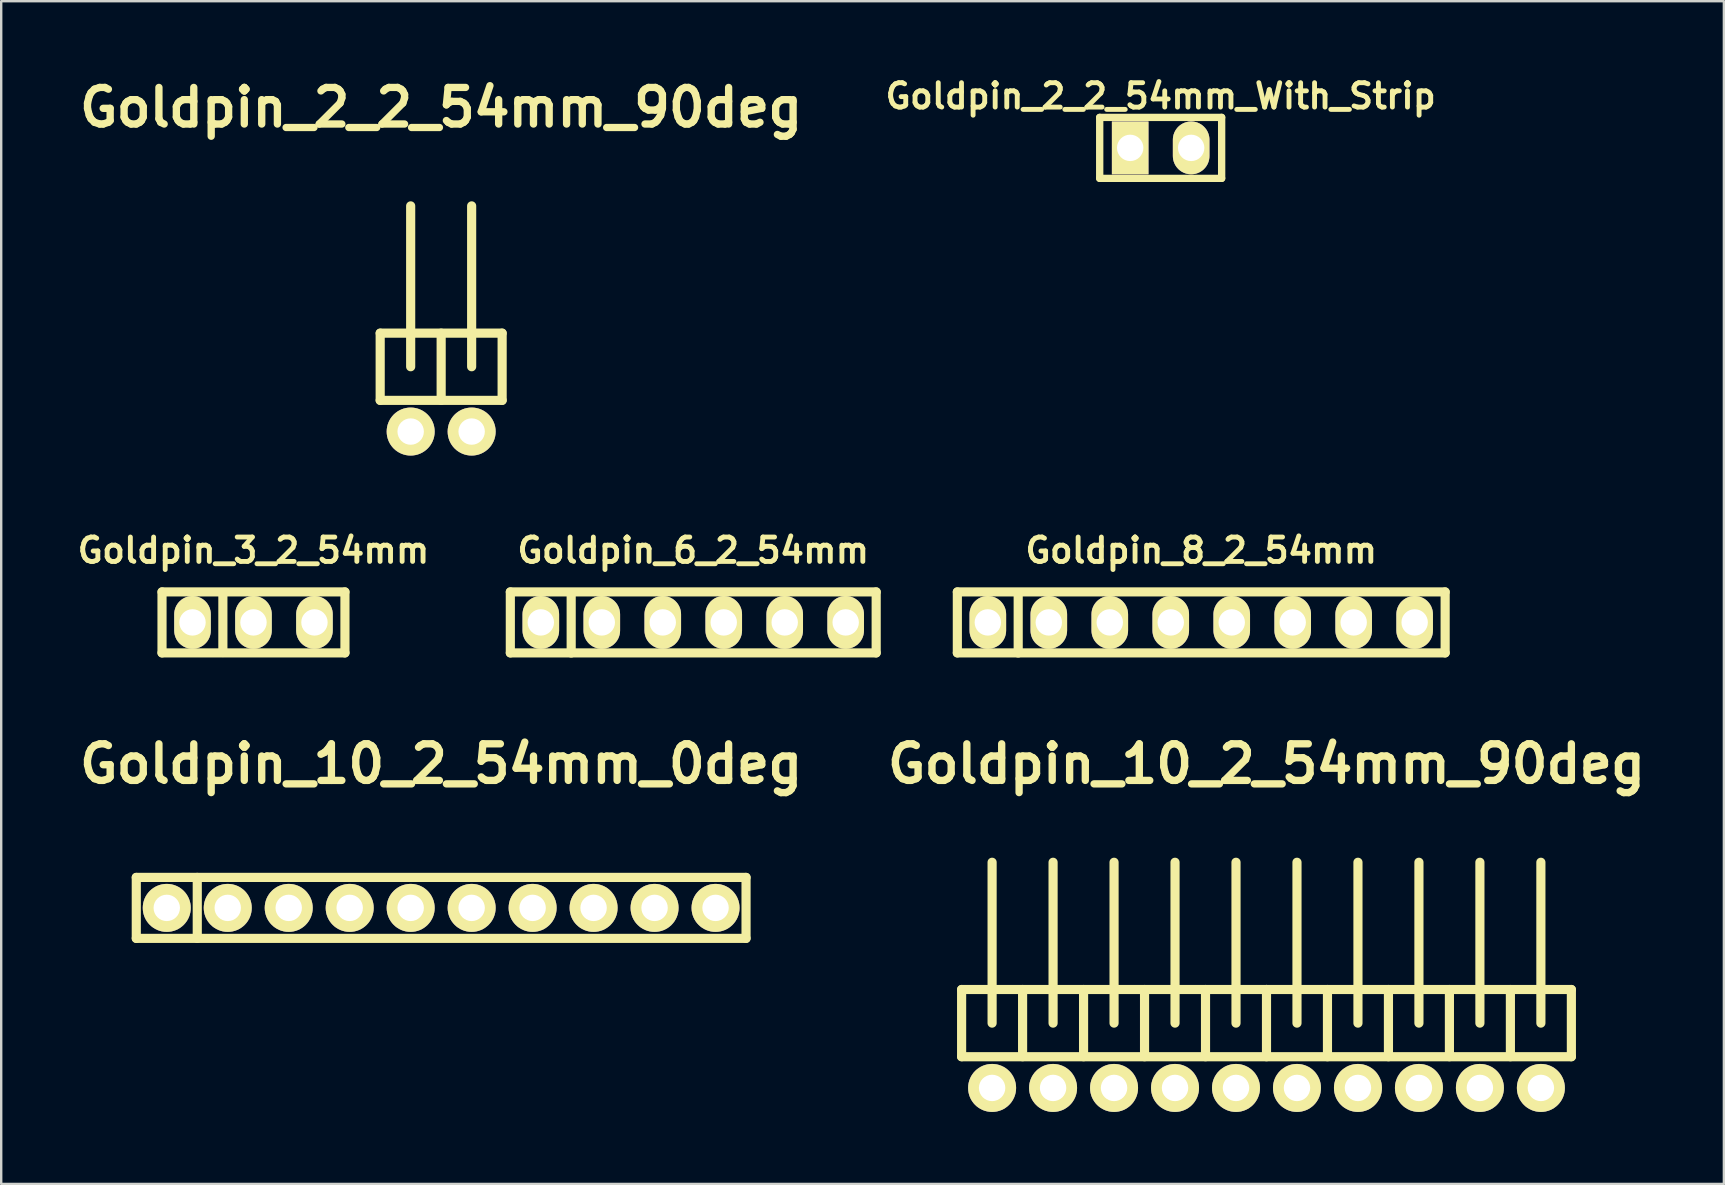
<source format=kicad_pcb>
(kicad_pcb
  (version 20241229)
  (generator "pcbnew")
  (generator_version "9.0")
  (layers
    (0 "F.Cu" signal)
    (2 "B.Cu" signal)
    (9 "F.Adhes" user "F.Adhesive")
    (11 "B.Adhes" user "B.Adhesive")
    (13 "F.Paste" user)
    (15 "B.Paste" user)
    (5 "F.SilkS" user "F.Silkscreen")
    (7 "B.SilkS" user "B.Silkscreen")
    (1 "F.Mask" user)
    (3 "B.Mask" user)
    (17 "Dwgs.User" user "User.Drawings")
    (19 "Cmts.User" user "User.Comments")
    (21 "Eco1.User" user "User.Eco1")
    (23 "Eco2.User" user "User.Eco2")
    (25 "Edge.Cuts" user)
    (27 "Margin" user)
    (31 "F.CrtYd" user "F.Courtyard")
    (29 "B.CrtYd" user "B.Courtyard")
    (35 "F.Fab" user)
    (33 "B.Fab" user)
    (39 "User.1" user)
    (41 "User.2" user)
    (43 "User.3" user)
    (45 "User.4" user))
  (footprint "Goldpin_10_2_54mm_90deg"
    (layer "F.Cu")
    (at 49.707 39.569)
    (property "Reference" "Goldpin_10_2_54mm_90deg" (at 0 -10.8 0) (layer "F.SilkS") (effects (font (size 1.524 1.524) (thickness 0.305))))
    (attr through_hole)
    (fp_line (start -12.7 -1.4) (end -12.7 1.4) (stroke (width 0.381) (type solid)) (layer "F.SilkS"))
    (fp_line (start -12.7 1.4) (end 12.7 1.4) (stroke (width 0.381) (type solid)) (layer "F.SilkS"))
    (fp_line (start -11.43 -6.701) (end -11.43 0) (stroke (width 0.381) (type solid)) (layer "F.SilkS"))
    (fp_line (start -10.16 -1.4) (end -10.16 1.4) (stroke (width 0.381) (type solid)) (layer "F.SilkS"))
    (fp_line (start -8.89 -6.701) (end -8.89 0) (stroke (width 0.381) (type solid)) (layer "F.SilkS"))
    (fp_line (start -7.62 -1.4) (end -7.62 1.4) (stroke (width 0.381) (type solid)) (layer "F.SilkS"))
    (fp_line (start -6.35 -6.701) (end -6.35 0) (stroke (width 0.381) (type solid)) (layer "F.SilkS"))
    (fp_line (start -5.08 -1.4) (end -5.08 1.4) (stroke (width 0.381) (type solid)) (layer "F.SilkS"))
    (fp_line (start -3.81 -6.701) (end -3.81 0) (stroke (width 0.381) (type solid)) (layer "F.SilkS"))
    (fp_line (start -2.54 -1.4) (end -2.54 1.4) (stroke (width 0.381) (type solid)) (layer "F.SilkS"))
    (fp_line (start -1.27 -6.701) (end -1.27 0) (stroke (width 0.381) (type solid)) (layer "F.SilkS"))
    (fp_line (start 0 -1.4) (end -12.7 -1.4) (stroke (width 0.381) (type solid)) (layer "F.SilkS"))
    (fp_line (start 0 -1.4) (end 0 1.4) (stroke (width 0.381) (type solid)) (layer "F.SilkS"))
    (fp_line (start 1.27 -6.701) (end 1.27 0) (stroke (width 0.381) (type solid)) (layer "F.SilkS"))
    (fp_line (start 2.54 -1.4) (end 2.54 1.4) (stroke (width 0.381) (type solid)) (layer "F.SilkS"))
    (fp_line (start 3.81 -6.701) (end 3.81 0) (stroke (width 0.381) (type solid)) (layer "F.SilkS"))
    (fp_line (start 5.08 -1.4) (end 5.08 1.4) (stroke (width 0.381) (type solid)) (layer "F.SilkS"))
    (fp_line (start 6.35 -6.701) (end 6.35 0) (stroke (width 0.381) (type solid)) (layer "F.SilkS"))
    (fp_line (start 7.62 -1.4) (end 7.62 1.4) (stroke (width 0.381) (type solid)) (layer "F.SilkS"))
    (fp_line (start 8.89 -6.701) (end 8.89 0) (stroke (width 0.381) (type solid)) (layer "F.SilkS"))
    (fp_line (start 10.16 -1.4) (end 10.16 1.4) (stroke (width 0.381) (type solid)) (layer "F.SilkS"))
    (fp_line (start 11.43 0) (end 11.43 -6.701) (stroke (width 0.381) (type solid)) (layer "F.SilkS"))
    (fp_line (start 12.7 -1.4) (end 0 -1.4) (stroke (width 0.381) (type solid)) (layer "F.SilkS"))
    (fp_line (start 12.7 1.4) (end 12.7 -1.4) (stroke (width 0.381) (type solid)) (layer "F.SilkS"))
    (pad "1" thru_hole circle (at -11.43 2.7) (size 1.999 1.999) (drill 1.1) (layers "*.Cu" "*.Mask" "F.SilkS"))
    (pad "2" thru_hole circle (at -8.89 2.7) (size 1.999 1.999) (drill 1.1) (layers "*.Cu" "*.Mask" "F.SilkS"))
    (pad "3" thru_hole circle (at -6.35 2.7) (size 1.999 1.999) (drill 1.1) (layers "*.Cu" "*.Mask" "F.SilkS"))
    (pad "4" thru_hole circle (at -3.81 2.7) (size 1.999 1.999) (drill 1.1) (layers "*.Cu" "*.Mask" "F.SilkS"))
    (pad "5" thru_hole circle (at -1.27 2.7) (size 1.999 1.999) (drill 1.1) (layers "*.Cu" "*.Mask" "F.SilkS"))
    (pad "6" thru_hole circle (at 1.27 2.7) (size 1.999 1.999) (drill 1.1) (layers "*.Cu" "*.Mask" "F.SilkS"))
    (pad "7" thru_hole circle (at 3.81 2.7) (size 1.999 1.999) (drill 1.1) (layers "*.Cu" "*.Mask" "F.SilkS"))
    (pad "8" thru_hole circle (at 6.35 2.7) (size 1.999 1.999) (drill 1.1) (layers "*.Cu" "*.Mask" "F.SilkS"))
    (pad "9" thru_hole circle (at 8.89 2.7) (size 1.999 1.999) (drill 1.1) (layers "*.Cu" "*.Mask" "F.SilkS"))
    (pad "10" thru_hole circle (at 11.43 2.7) (size 1.999 1.999) (drill 1.1) (layers "*.Cu" "*.Mask" "F.SilkS")))
  (footprint "Goldpin_3_2_54mm"
    (layer "F.Cu")
    (at 7.509 22.877)
    (property "Reference" "Goldpin_3_2_54mm" (at 0 -3 0) (layer "F.SilkS") (effects (font (size 1.016 1.016) (thickness 0.203))))
    (attr through_hole)
    (fp_line (start -3.81 -1.27) (end 3.81 -1.27) (stroke (width 0.381) (type solid)) (layer "F.SilkS"))
    (fp_line (start -3.81 1.27) (end -3.81 -1.27) (stroke (width 0.381) (type solid)) (layer "F.SilkS"))
    (fp_line (start -1.275 -1.245) (end -1.275 1.255) (stroke (width 0.381) (type solid)) (layer "F.SilkS"))
    (fp_line (start 3.81 -1.27) (end 3.81 1.27) (stroke (width 0.381) (type solid)) (layer "F.SilkS"))
    (fp_line (start 3.81 1.27) (end -3.81 1.27) (stroke (width 0.381) (type solid)) (layer "F.SilkS"))
    (pad "1" thru_hole oval (at -2.54 0) (size 1.524 2.2) (drill 1.1) (layers "*.Cu" "*.Mask" "F.SilkS"))
    (pad "2" thru_hole oval (at 0 0) (size 1.524 2.2) (drill 1.1) (layers "*.Cu" "*.Mask" "F.SilkS"))
    (pad "3" thru_hole oval (at 2.54 0) (size 1.524 2.2) (drill 1.1) (layers "*.Cu" "*.Mask" "F.SilkS")))
  (footprint "Goldpin_8_2_54mm"
    (layer "F.Cu")
    (at 46.989 22.877)
    (property "Reference" "Goldpin_8_2_54mm" (at 0 -3 0) (layer "F.SilkS") (effects (font (size 1.016 1.016) (thickness 0.203))))
    (attr through_hole)
    (fp_line (start -10.16 -1.27) (end -10.16 1.27) (stroke (width 0.381) (type solid)) (layer "F.SilkS"))
    (fp_line (start -10.16 1.27) (end 10.16 1.27) (stroke (width 0.381) (type solid)) (layer "F.SilkS"))
    (fp_line (start -7.625 -1.225) (end -7.625 1.275) (stroke (width 0.381) (type solid)) (layer "F.SilkS"))
    (fp_line (start 10.16 -1.27) (end -10.16 -1.27) (stroke (width 0.381) (type solid)) (layer "F.SilkS"))
    (fp_line (start 10.16 1.27) (end 10.16 -1.27) (stroke (width 0.381) (type solid)) (layer "F.SilkS"))
    (pad "1" thru_hole oval (at -8.89 0) (size 1.524 2.2) (drill 1.1) (layers "*.Cu" "*.Mask" "F.SilkS"))
    (pad "2" thru_hole oval (at -6.35 0) (size 1.524 2.2) (drill 1.1) (layers "*.Cu" "*.Mask" "F.SilkS"))
    (pad "3" thru_hole oval (at -3.81 0) (size 1.524 2.2) (drill 1.1) (layers "*.Cu" "*.Mask" "F.SilkS"))
    (pad "4" thru_hole oval (at -1.27 0) (size 1.524 2.2) (drill 1.1) (layers "*.Cu" "*.Mask" "F.SilkS"))
    (pad "5" thru_hole oval (at 1.27 0) (size 1.524 2.2) (drill 1.1) (layers "*.Cu" "*.Mask" "F.SilkS"))
    (pad "6" thru_hole oval (at 3.81 0) (size 1.524 2.2) (drill 1.1) (layers "*.Cu" "*.Mask" "F.SilkS"))
    (pad "7" thru_hole oval (at 6.35 0) (size 1.524 2.2) (drill 1.1) (layers "*.Cu" "*.Mask" "F.SilkS"))
    (pad "8" thru_hole oval (at 8.89 0) (size 1.524 2.2) (drill 1.1) (layers "*.Cu" "*.Mask" "F.SilkS")))
  (footprint "Goldpin_10_2_54mm_0deg"
    (layer "F.Cu")
    (at 15.327 34.769)
    (property "Reference" "Goldpin_10_2_54mm_0deg" (at 0 -6 0) (layer "F.SilkS") (effects (font (size 1.524 1.524) (thickness 0.305))))
    (attr through_hole)
    (fp_line (start -12.7 -1.27) (end 12.7 -1.27) (stroke (width 0.381) (type solid)) (layer "F.SilkS"))
    (fp_line (start -12.7 1.27) (end -12.7 -1.27) (stroke (width 0.381) (type solid)) (layer "F.SilkS"))
    (fp_line (start -10.16 -1.27) (end -10.16 1.27) (stroke (width 0.381) (type solid)) (layer "F.SilkS"))
    (fp_line (start 12.7 -1.27) (end 12.7 1.27) (stroke (width 0.381) (type solid)) (layer "F.SilkS"))
    (fp_line (start 12.7 1.27) (end -12.7 1.27) (stroke (width 0.381) (type solid)) (layer "F.SilkS"))
    (pad "1" thru_hole circle (at -11.43 0) (size 1.999 1.999) (drill 1.1) (layers "*.Cu" "*.Mask" "F.SilkS"))
    (pad "2" thru_hole circle (at -8.89 0) (size 1.999 1.999) (drill 1.1) (layers "*.Cu" "*.Mask" "F.SilkS"))
    (pad "3" thru_hole circle (at -6.35 0) (size 1.999 1.999) (drill 1.1) (layers "*.Cu" "*.Mask" "F.SilkS"))
    (pad "4" thru_hole circle (at -3.81 0) (size 1.999 1.999) (drill 1.1) (layers "*.Cu" "*.Mask" "F.SilkS"))
    (pad "5" thru_hole circle (at -1.27 0) (size 1.999 1.999) (drill 1.1) (layers "*.Cu" "*.Mask" "F.SilkS"))
    (pad "6" thru_hole circle (at 1.27 0) (size 1.999 1.999) (drill 1.1) (layers "*.Cu" "*.Mask" "F.SilkS"))
    (pad "7" thru_hole circle (at 3.81 0) (size 1.999 1.999) (drill 1.1) (layers "*.Cu" "*.Mask" "F.SilkS"))
    (pad "8" thru_hole circle (at 6.35 0) (size 1.999 1.999) (drill 1.1) (layers "*.Cu" "*.Mask" "F.SilkS"))
    (pad "9" thru_hole circle (at 8.89 0) (size 1.999 1.999) (drill 1.1) (layers "*.Cu" "*.Mask" "F.SilkS"))
    (pad "10" thru_hole circle (at 11.43 0) (size 1.999 1.999) (drill 1.1) (layers "*.Cu" "*.Mask" "F.SilkS")))
  (footprint "Goldpin_6_2_54mm"
    (layer "F.Cu")
    (at 25.828 22.877)
    (property "Reference" "Goldpin_6_2_54mm" (at 0 -3 0) (layer "F.SilkS") (effects (font (size 1.016 1.016) (thickness 0.203))))
    (attr through_hole)
    (fp_line (start -7.62 -1.27) (end 7.62 -1.27) (stroke (width 0.381) (type solid)) (layer "F.SilkS"))
    (fp_line (start -7.62 1.27) (end -7.62 -1.27) (stroke (width 0.381) (type solid)) (layer "F.SilkS"))
    (fp_line (start -5.085 -1.225) (end -5.085 1.275) (stroke (width 0.381) (type solid)) (layer "F.SilkS"))
    (fp_line (start 7.62 -1.27) (end 7.62 1.27) (stroke (width 0.381) (type solid)) (layer "F.SilkS"))
    (fp_line (start 7.62 1.27) (end -7.62 1.27) (stroke (width 0.381) (type solid)) (layer "F.SilkS"))
    (pad "1" thru_hole oval (at -6.35 0) (size 1.524 2.2) (drill 1.1) (layers "*.Cu" "*.Mask" "F.SilkS"))
    (pad "2" thru_hole oval (at -3.81 0) (size 1.524 2.2) (drill 1.1) (layers "*.Cu" "*.Mask" "F.SilkS"))
    (pad "3" thru_hole oval (at -1.27 0) (size 1.524 2.2) (drill 1.1) (layers "*.Cu" "*.Mask" "F.SilkS"))
    (pad "4" thru_hole oval (at 1.27 0) (size 1.524 2.2) (drill 1.1) (layers "*.Cu" "*.Mask" "F.SilkS"))
    (pad "5" thru_hole oval (at 3.81 0) (size 1.524 2.2) (drill 1.1) (layers "*.Cu" "*.Mask" "F.SilkS"))
    (pad "6" thru_hole oval (at 6.35 0) (size 1.524 2.2) (drill 1.1) (layers "*.Cu" "*.Mask" "F.SilkS")))
  (footprint "Goldpin_2_2_54mm_With_Strip"
    (layer "F.Cu")
    (at 45.299 3.11)
    (property "Reference" "Goldpin_2_2_54mm_With_Strip" (at 0 -2.159 0) (layer "F.SilkS") (effects (font (size 1.016 1.016) (thickness 0.203))))
    (attr through_hole)
    (fp_line (start -2.54 -1.27) (end 2.54 -1.27) (stroke (width 0.305) (type solid)) (layer "F.SilkS"))
    (fp_line (start -2.54 1.27) (end -2.54 -1.27) (stroke (width 0.305) (type solid)) (layer "F.SilkS"))
    (fp_line (start 2.54 -1.27) (end 2.54 1.27) (stroke (width 0.305) (type solid)) (layer "F.SilkS"))
    (fp_line (start 2.54 1.27) (end -2.54 1.27) (stroke (width 0.305) (type solid)) (layer "F.SilkS"))
    (pad "1" thru_hole rect (at -1.27 0) (size 1.524 2.2) (drill 1.1) (layers "*.Cu" "*.Mask" "F.SilkS"))
    (pad "2" thru_hole oval (at 1.27 0) (size 1.524 2.2) (drill 1.1) (layers "*.Cu" "*.Mask" "F.SilkS")))
  (footprint "Goldpin_2_2_54mm_90deg"
    (layer "F.Cu")
    (at 15.327 12.227)
    (property "Reference" "Goldpin_2_2_54mm_90deg" (at 0 -10.8 0) (layer "F.SilkS") (effects (font (size 1.524 1.524) (thickness 0.305))))
    (attr through_hole)
    (fp_line (start -2.54 -1.4) (end -2.54 1.4) (stroke (width 0.381) (type solid)) (layer "F.SilkS"))
    (fp_line (start -2.54 1.4) (end 2.54 1.4) (stroke (width 0.381) (type solid)) (layer "F.SilkS"))
    (fp_line (start -1.27 -6.701) (end -1.27 0) (stroke (width 0.381) (type solid)) (layer "F.SilkS"))
    (fp_line (start 0 -1.4) (end 0 1.4) (stroke (width 0.381) (type solid)) (layer "F.SilkS"))
    (fp_line (start 1.27 -6.701) (end 1.27 0) (stroke (width 0.381) (type solid)) (layer "F.SilkS"))
    (fp_line (start 2.54 -1.4) (end -2.54 -1.4) (stroke (width 0.381) (type solid)) (layer "F.SilkS"))
    (fp_line (start 2.54 -1.4) (end 2.54 1.4) (stroke (width 0.381) (type solid)) (layer "F.SilkS"))
    (pad "1" thru_hole circle (at -1.27 2.7) (size 1.999 1.999) (drill 1.1) (layers "*.Cu" "*.Mask" "F.SilkS"))
    (pad "2" thru_hole circle (at 1.27 2.7) (size 1.999 1.999) (drill 1.1) (layers "*.Cu" "*.Mask" "F.SilkS")))
  (gr_rect
    (start -3 -3)
    (end 68.76 46.269)
    (stroke (width 0.1) (type default))
    (fill no)
    (layer "Edge.Cuts")))
</source>
